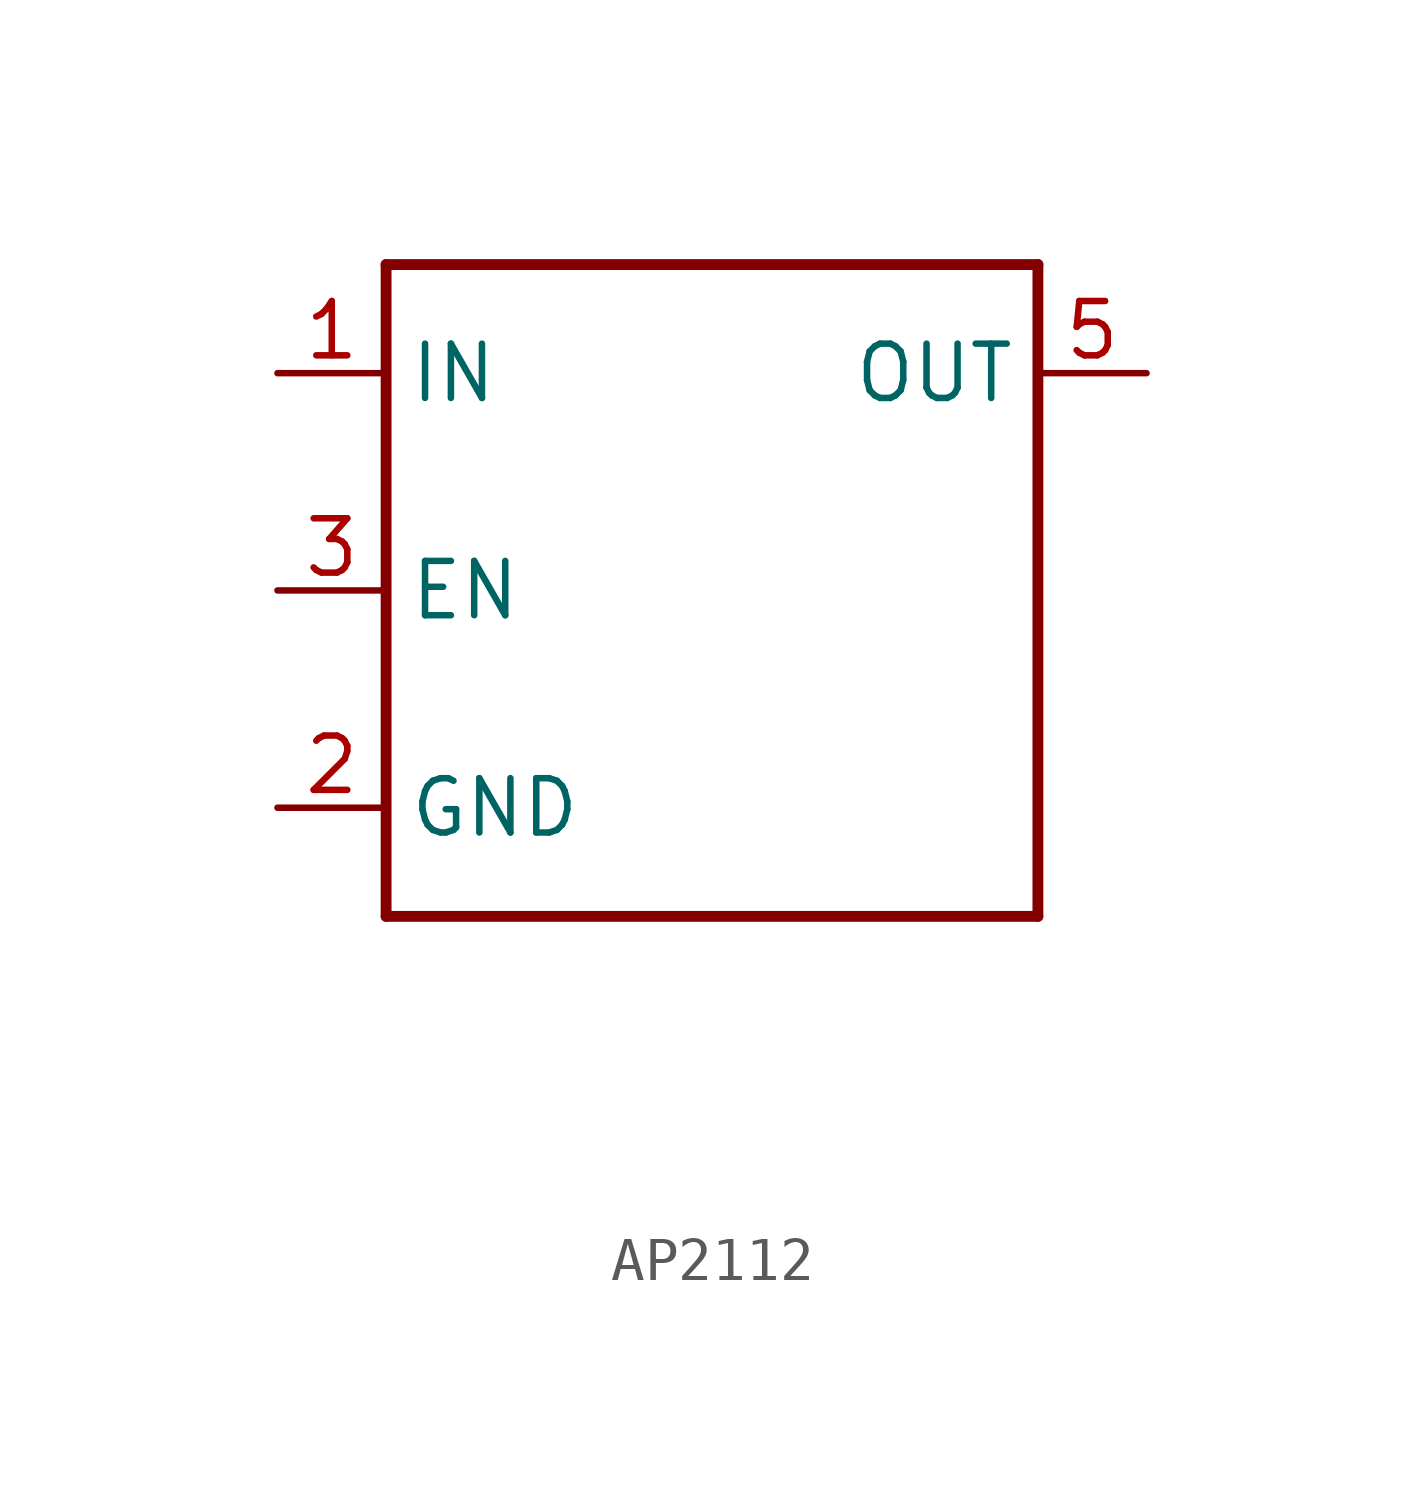
<source format=kicad_sym>
(kicad_symbol_lib
  (version 20220914)
  (generator kicad_symbol_editor)
  (symbol "AP2112"
    (property "Reference" ""
      (at -7.62 10.16 0)
      (effects (font (size 1.778 1.511)) (justify left bottom) hide))
    (property "Value" ""
      (at -7.62 -12.7 0)
      (effects (font (size 1.778 1.511)) (justify left bottom)))
    (property "ki_locked" ""
      (at 0 0 0)
      (effects (font (size 1.27 1.27))))
    (symbol "AP2112_1_0"
      (polyline (pts (xy -7.62 -7.62) (xy 7.62 -7.62)) (stroke (width 0.254) (type solid)) (fill (type none)))
      (polyline (pts (xy -7.62 7.62) (xy -7.62 -7.62)) (stroke (width 0.254) (type solid)) (fill (type none)))
      (polyline (pts (xy 7.62 -7.62) (xy 7.62 7.62)) (stroke (width 0.254) (type solid)) (fill (type none)))
      (polyline (pts (xy 7.62 7.62) (xy -7.62 7.62)) (stroke (width 0.254) (type solid)) (fill (type none)))
      (pin bidirectional line (at -10.16 5.08 0) (length 2.54) (name "IN" (effects (font (size 1.27 1.27)))) (number "1" (effects (font (size 1.27 1.27)))))
      (pin bidirectional line (at -10.16 -5.08 0) (length 2.54) (name "GND" (effects (font (size 1.27 1.27)))) (number "2" (effects (font (size 1.27 1.27)))))
      (pin bidirectional line (at -10.16 0 0) (length 2.54) (name "EN" (effects (font (size 1.27 1.27)))) (number "3" (effects (font (size 1.27 1.27)))))
      (pin bidirectional line (at 10.16 5.08 180) (length 2.54) (name "OUT" (effects (font (size 1.27 1.27)))) (number "5" (effects (font (size 1.27 1.27))))))))
</source>
